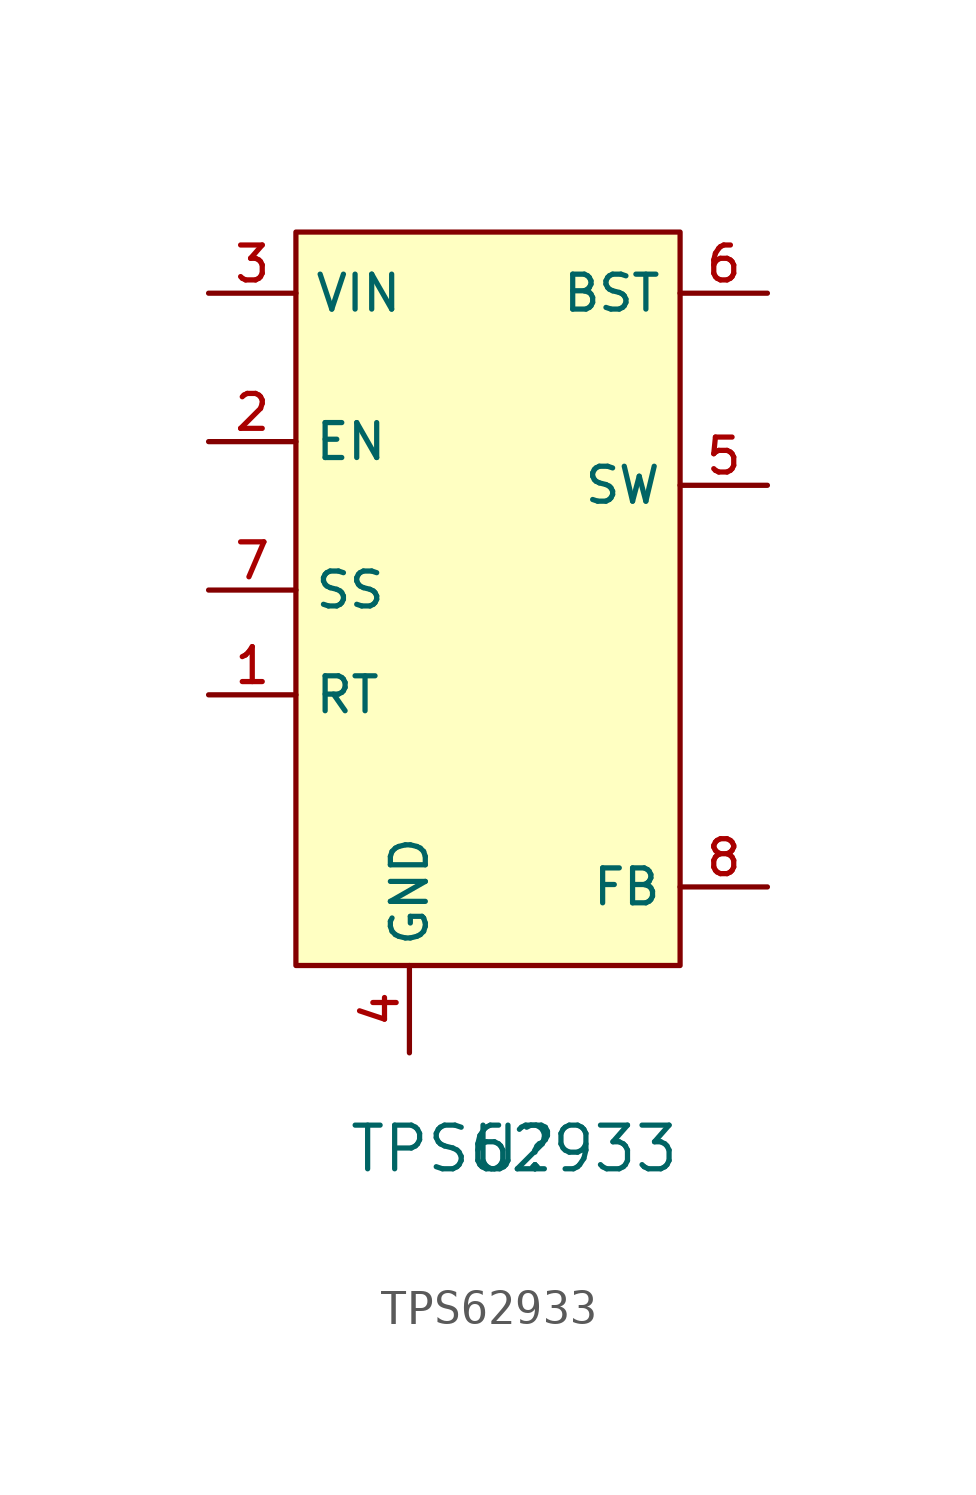
<source format=kicad_sym>
(kicad_symbol_lib
  (version 20211014)
  (generator kicad_symbol_editor)
  (symbol "TPS62933"
    (property "Reference" "U"
      (at 0.254 -16.51 0)
      (effects (font (size 1.27 1.27))))
    (property "Value" "TPS62933"
      (at 0.254 -16.51 0)
      (effects (font (size 1.27 1.27))))
    (symbol "TPS62933_0_0"
      (pin input line (at -8.636 -3.302 0) (length 2.54) (name "RT" (effects (font (size 1.016 1.016)))) (number "1" (effects (font (size 1.016 1.016)))))
      (pin input line (at -8.636 4.064 0) (length 2.54) (name "EN" (effects (font (size 1.016 1.016)))) (number "2" (effects (font (size 1.016 1.016)))))
      (pin power_in line (at -8.636 8.382 0) (length 2.54) (name "VIN" (effects (font (size 1.016 1.016)))) (number "3" (effects (font (size 1.016 1.016)))))
      (pin power_in line (at -2.794 -13.716 90) (length 2.54) (name "GND" (effects (font (size 1.016 1.016)))) (number "4" (effects (font (size 1.016 1.016)))))
      (pin output line (at 7.62 2.794 180) (length 2.54) (name "SW" (effects (font (size 1.016 1.016)))) (number "5" (effects (font (size 1.016 1.016)))))
      (pin input line (at 7.62 8.382 180) (length 2.54) (name "BST" (effects (font (size 1.016 1.016)))) (number "6" (effects (font (size 1.016 1.016)))))
      (pin passive line (at -8.636 -0.254 0) (length 2.54) (name "SS" (effects (font (size 1.016 1.016)))) (number "7" (effects (font (size 1.016 1.016)))))
      (pin input line (at 7.62 -8.89 180) (length 2.54) (name "FB" (effects (font (size 1.016 1.016)))) (number "8" (effects (font (size 1.016 1.016))))))
    (symbol "TPS62933_0_1"
      (rectangle (start -6.096 10.16) (end 5.08 -11.176) (stroke (width 0) (type default) (color 0 0 0 0)) (fill (type background))))))
</source>
